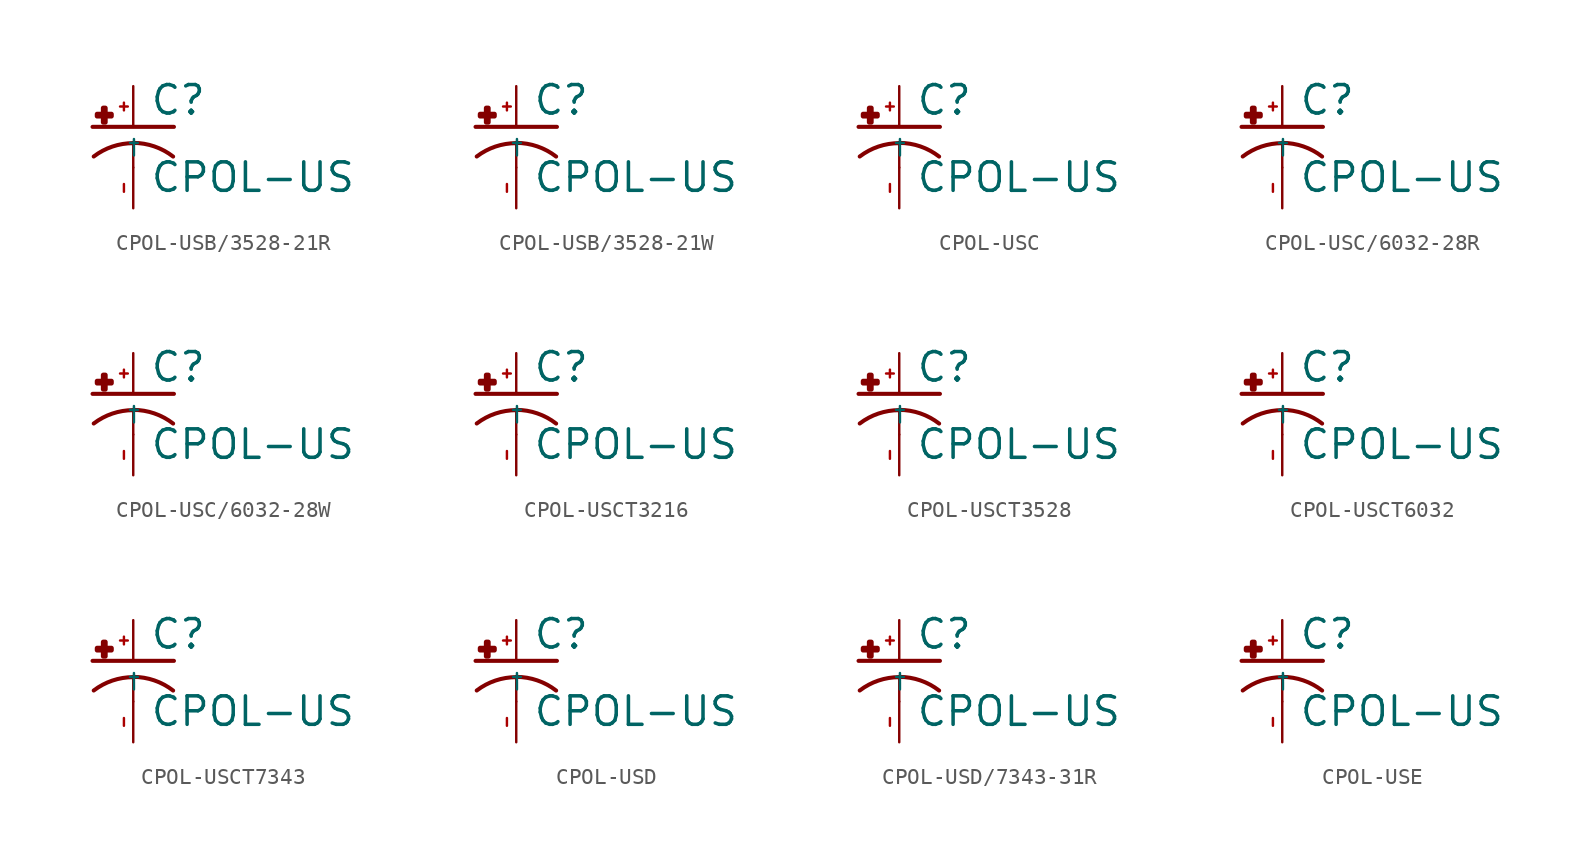
<source format=kicad_sym>
(kicad_symbol_lib
  (version 20220914)
  (generator Eagle2Kicad)
  (symbol "CPOL-USB/3528-21R"
    (property "Reference" "C"
      (at 1.016 0.635 0)
      (effects (font (size 1.778 1.778) (thickness 0.22)) (justify left bottom)))
    (property "Value" "CPOL-US"
      (at 1.016 -4.191 0)
      (effects (font (size 1.778 1.778) (thickness 0.22)) (justify left bottom)))
    (polyline
      (pts (xy -2.54 0) (xy 2.54 0))
      (stroke (width 0.254) (type default))
      (fill (type none)))
    (polyline
      (pts (xy 0 -1.016) (xy 0 -2.54))
      (stroke (width 0.152) (type default))
      (fill (type none)))
    (arc
      (start 2.4892 -1.8542)
      (mid 1.316 -1.220)
      (end 0 -1)
      (stroke (width 0.254) (type default))
      (fill (type none)))
    (arc
      (start 0 -1.0161)
      (mid -1.302 -1.230)
      (end -2.4669 -1.8504)
      (stroke (width 0.254) (type default))
      (fill (type none)))
    (rectangle
      (start -2.253 0.668)
      (end -1.364 0.795)
      (stroke (width 0.3) (type default))
      (fill (type outline)))
    (rectangle
      (start -1.872 0.287)
      (end -1.745 1.176)
      (stroke (width 0.3) (type default))
      (fill (type outline)))
    (pin passive line
      (at 0 2.54 270)
      (length 2.54)
      (name "+" (effects (font (size 0.635 0.635) (thickness 0.08)) (justify left bottom)))
      (number "+" (effects (font (size 0.635 0.635) (thickness 0.08)) (justify left bottom))))
    (pin passive line
      (at 0 -5.08 90)
      (length 2.54)
      (name "-" (effects (font (size 0.635 0.635) (thickness 0.08)) (justify left bottom)))
      (number "-" (effects (font (size 0.635 0.635) (thickness 0.08)) (justify left bottom)))))
  (symbol "CPOL-USB/3528-21W"
    (property "Reference" "C"
      (at 1.016 0.635 0)
      (effects (font (size 1.778 1.778) (thickness 0.22)) (justify left bottom)))
    (property "Value" "CPOL-US"
      (at 1.016 -4.191 0)
      (effects (font (size 1.778 1.778) (thickness 0.22)) (justify left bottom)))
    (polyline
      (pts (xy -2.54 0) (xy 2.54 0))
      (stroke (width 0.254) (type default))
      (fill (type none)))
    (polyline
      (pts (xy 0 -1.016) (xy 0 -2.54))
      (stroke (width 0.152) (type default))
      (fill (type none)))
    (arc
      (start 2.4892 -1.8542)
      (mid 1.316 -1.220)
      (end 0 -1)
      (stroke (width 0.254) (type default))
      (fill (type none)))
    (arc
      (start 0 -1.0161)
      (mid -1.302 -1.230)
      (end -2.4669 -1.8504)
      (stroke (width 0.254) (type default))
      (fill (type none)))
    (rectangle
      (start -2.253 0.668)
      (end -1.364 0.795)
      (stroke (width 0.3) (type default))
      (fill (type outline)))
    (rectangle
      (start -1.872 0.287)
      (end -1.745 1.176)
      (stroke (width 0.3) (type default))
      (fill (type outline)))
    (pin passive line
      (at 0 2.54 270)
      (length 2.54)
      (name "+" (effects (font (size 0.635 0.635) (thickness 0.08)) (justify left bottom)))
      (number "+" (effects (font (size 0.635 0.635) (thickness 0.08)) (justify left bottom))))
    (pin passive line
      (at 0 -5.08 90)
      (length 2.54)
      (name "-" (effects (font (size 0.635 0.635) (thickness 0.08)) (justify left bottom)))
      (number "-" (effects (font (size 0.635 0.635) (thickness 0.08)) (justify left bottom)))))
  (symbol "CPOL-USC"
    (property "Reference" "C"
      (at 1.016 0.635 0)
      (effects (font (size 1.778 1.778) (thickness 0.22)) (justify left bottom)))
    (property "Value" "CPOL-US"
      (at 1.016 -4.191 0)
      (effects (font (size 1.778 1.778) (thickness 0.22)) (justify left bottom)))
    (polyline
      (pts (xy -2.54 0) (xy 2.54 0))
      (stroke (width 0.254) (type default))
      (fill (type none)))
    (polyline
      (pts (xy 0 -1.016) (xy 0 -2.54))
      (stroke (width 0.152) (type default))
      (fill (type none)))
    (arc
      (start 2.4892 -1.8542)
      (mid 1.316 -1.220)
      (end 0 -1)
      (stroke (width 0.254) (type default))
      (fill (type none)))
    (arc
      (start 0 -1.0161)
      (mid -1.302 -1.230)
      (end -2.4669 -1.8504)
      (stroke (width 0.254) (type default))
      (fill (type none)))
    (rectangle
      (start -2.253 0.668)
      (end -1.364 0.795)
      (stroke (width 0.3) (type default))
      (fill (type outline)))
    (rectangle
      (start -1.872 0.287)
      (end -1.745 1.176)
      (stroke (width 0.3) (type default))
      (fill (type outline)))
    (pin passive line
      (at 0 2.54 270)
      (length 2.54)
      (name "+" (effects (font (size 0.635 0.635) (thickness 0.08)) (justify left bottom)))
      (number "+" (effects (font (size 0.635 0.635) (thickness 0.08)) (justify left bottom))))
    (pin passive line
      (at 0 -5.08 90)
      (length 2.54)
      (name "-" (effects (font (size 0.635 0.635) (thickness 0.08)) (justify left bottom)))
      (number "-" (effects (font (size 0.635 0.635) (thickness 0.08)) (justify left bottom)))))
  (symbol "CPOL-USC/6032-28R"
    (property "Reference" "C"
      (at 1.016 0.635 0)
      (effects (font (size 1.778 1.778) (thickness 0.22)) (justify left bottom)))
    (property "Value" "CPOL-US"
      (at 1.016 -4.191 0)
      (effects (font (size 1.778 1.778) (thickness 0.22)) (justify left bottom)))
    (polyline
      (pts (xy -2.54 0) (xy 2.54 0))
      (stroke (width 0.254) (type default))
      (fill (type none)))
    (polyline
      (pts (xy 0 -1.016) (xy 0 -2.54))
      (stroke (width 0.152) (type default))
      (fill (type none)))
    (arc
      (start 2.4892 -1.8542)
      (mid 1.316 -1.220)
      (end 0 -1)
      (stroke (width 0.254) (type default))
      (fill (type none)))
    (arc
      (start 0 -1.0161)
      (mid -1.302 -1.230)
      (end -2.4669 -1.8504)
      (stroke (width 0.254) (type default))
      (fill (type none)))
    (rectangle
      (start -2.253 0.668)
      (end -1.364 0.795)
      (stroke (width 0.3) (type default))
      (fill (type outline)))
    (rectangle
      (start -1.872 0.287)
      (end -1.745 1.176)
      (stroke (width 0.3) (type default))
      (fill (type outline)))
    (pin passive line
      (at 0 2.54 270)
      (length 2.54)
      (name "+" (effects (font (size 0.635 0.635) (thickness 0.08)) (justify left bottom)))
      (number "+" (effects (font (size 0.635 0.635) (thickness 0.08)) (justify left bottom))))
    (pin passive line
      (at 0 -5.08 90)
      (length 2.54)
      (name "-" (effects (font (size 0.635 0.635) (thickness 0.08)) (justify left bottom)))
      (number "-" (effects (font (size 0.635 0.635) (thickness 0.08)) (justify left bottom)))))
  (symbol "CPOL-USC/6032-28W"
    (property "Reference" "C"
      (at 1.016 0.635 0)
      (effects (font (size 1.778 1.778) (thickness 0.22)) (justify left bottom)))
    (property "Value" "CPOL-US"
      (at 1.016 -4.191 0)
      (effects (font (size 1.778 1.778) (thickness 0.22)) (justify left bottom)))
    (polyline
      (pts (xy -2.54 0) (xy 2.54 0))
      (stroke (width 0.254) (type default))
      (fill (type none)))
    (polyline
      (pts (xy 0 -1.016) (xy 0 -2.54))
      (stroke (width 0.152) (type default))
      (fill (type none)))
    (arc
      (start 2.4892 -1.8542)
      (mid 1.316 -1.220)
      (end 0 -1)
      (stroke (width 0.254) (type default))
      (fill (type none)))
    (arc
      (start 0 -1.0161)
      (mid -1.302 -1.230)
      (end -2.4669 -1.8504)
      (stroke (width 0.254) (type default))
      (fill (type none)))
    (rectangle
      (start -2.253 0.668)
      (end -1.364 0.795)
      (stroke (width 0.3) (type default))
      (fill (type outline)))
    (rectangle
      (start -1.872 0.287)
      (end -1.745 1.176)
      (stroke (width 0.3) (type default))
      (fill (type outline)))
    (pin passive line
      (at 0 2.54 270)
      (length 2.54)
      (name "+" (effects (font (size 0.635 0.635) (thickness 0.08)) (justify left bottom)))
      (number "+" (effects (font (size 0.635 0.635) (thickness 0.08)) (justify left bottom))))
    (pin passive line
      (at 0 -5.08 90)
      (length 2.54)
      (name "-" (effects (font (size 0.635 0.635) (thickness 0.08)) (justify left bottom)))
      (number "-" (effects (font (size 0.635 0.635) (thickness 0.08)) (justify left bottom)))))
  (symbol "CPOL-USCT3216"
    (property "Reference" "C"
      (at 1.016 0.635 0)
      (effects (font (size 1.778 1.778) (thickness 0.22)) (justify left bottom)))
    (property "Value" "CPOL-US"
      (at 1.016 -4.191 0)
      (effects (font (size 1.778 1.778) (thickness 0.22)) (justify left bottom)))
    (polyline
      (pts (xy -2.54 0) (xy 2.54 0))
      (stroke (width 0.254) (type default))
      (fill (type none)))
    (polyline
      (pts (xy 0 -1.016) (xy 0 -2.54))
      (stroke (width 0.152) (type default))
      (fill (type none)))
    (arc
      (start 2.4892 -1.8542)
      (mid 1.316 -1.220)
      (end 0 -1)
      (stroke (width 0.254) (type default))
      (fill (type none)))
    (arc
      (start 0 -1.0161)
      (mid -1.302 -1.230)
      (end -2.4669 -1.8504)
      (stroke (width 0.254) (type default))
      (fill (type none)))
    (rectangle
      (start -2.253 0.668)
      (end -1.364 0.795)
      (stroke (width 0.3) (type default))
      (fill (type outline)))
    (rectangle
      (start -1.872 0.287)
      (end -1.745 1.176)
      (stroke (width 0.3) (type default))
      (fill (type outline)))
    (pin passive line
      (at 0 2.54 270)
      (length 2.54)
      (name "+" (effects (font (size 0.635 0.635) (thickness 0.08)) (justify left bottom)))
      (number "+" (effects (font (size 0.635 0.635) (thickness 0.08)) (justify left bottom))))
    (pin passive line
      (at 0 -5.08 90)
      (length 2.54)
      (name "-" (effects (font (size 0.635 0.635) (thickness 0.08)) (justify left bottom)))
      (number "-" (effects (font (size 0.635 0.635) (thickness 0.08)) (justify left bottom)))))
  (symbol "CPOL-USCT3528"
    (property "Reference" "C"
      (at 1.016 0.635 0)
      (effects (font (size 1.778 1.778) (thickness 0.22)) (justify left bottom)))
    (property "Value" "CPOL-US"
      (at 1.016 -4.191 0)
      (effects (font (size 1.778 1.778) (thickness 0.22)) (justify left bottom)))
    (polyline
      (pts (xy -2.54 0) (xy 2.54 0))
      (stroke (width 0.254) (type default))
      (fill (type none)))
    (polyline
      (pts (xy 0 -1.016) (xy 0 -2.54))
      (stroke (width 0.152) (type default))
      (fill (type none)))
    (arc
      (start 2.4892 -1.8542)
      (mid 1.316 -1.220)
      (end 0 -1)
      (stroke (width 0.254) (type default))
      (fill (type none)))
    (arc
      (start 0 -1.0161)
      (mid -1.302 -1.230)
      (end -2.4669 -1.8504)
      (stroke (width 0.254) (type default))
      (fill (type none)))
    (rectangle
      (start -2.253 0.668)
      (end -1.364 0.795)
      (stroke (width 0.3) (type default))
      (fill (type outline)))
    (rectangle
      (start -1.872 0.287)
      (end -1.745 1.176)
      (stroke (width 0.3) (type default))
      (fill (type outline)))
    (pin passive line
      (at 0 2.54 270)
      (length 2.54)
      (name "+" (effects (font (size 0.635 0.635) (thickness 0.08)) (justify left bottom)))
      (number "+" (effects (font (size 0.635 0.635) (thickness 0.08)) (justify left bottom))))
    (pin passive line
      (at 0 -5.08 90)
      (length 2.54)
      (name "-" (effects (font (size 0.635 0.635) (thickness 0.08)) (justify left bottom)))
      (number "-" (effects (font (size 0.635 0.635) (thickness 0.08)) (justify left bottom)))))
  (symbol "CPOL-USCT6032"
    (property "Reference" "C"
      (at 1.016 0.635 0)
      (effects (font (size 1.778 1.778) (thickness 0.22)) (justify left bottom)))
    (property "Value" "CPOL-US"
      (at 1.016 -4.191 0)
      (effects (font (size 1.778 1.778) (thickness 0.22)) (justify left bottom)))
    (polyline
      (pts (xy -2.54 0) (xy 2.54 0))
      (stroke (width 0.254) (type default))
      (fill (type none)))
    (polyline
      (pts (xy 0 -1.016) (xy 0 -2.54))
      (stroke (width 0.152) (type default))
      (fill (type none)))
    (arc
      (start 2.4892 -1.8542)
      (mid 1.316 -1.220)
      (end 0 -1)
      (stroke (width 0.254) (type default))
      (fill (type none)))
    (arc
      (start 0 -1.0161)
      (mid -1.302 -1.230)
      (end -2.4669 -1.8504)
      (stroke (width 0.254) (type default))
      (fill (type none)))
    (rectangle
      (start -2.253 0.668)
      (end -1.364 0.795)
      (stroke (width 0.3) (type default))
      (fill (type outline)))
    (rectangle
      (start -1.872 0.287)
      (end -1.745 1.176)
      (stroke (width 0.3) (type default))
      (fill (type outline)))
    (pin passive line
      (at 0 2.54 270)
      (length 2.54)
      (name "+" (effects (font (size 0.635 0.635) (thickness 0.08)) (justify left bottom)))
      (number "+" (effects (font (size 0.635 0.635) (thickness 0.08)) (justify left bottom))))
    (pin passive line
      (at 0 -5.08 90)
      (length 2.54)
      (name "-" (effects (font (size 0.635 0.635) (thickness 0.08)) (justify left bottom)))
      (number "-" (effects (font (size 0.635 0.635) (thickness 0.08)) (justify left bottom)))))
  (symbol "CPOL-USCT7343"
    (property "Reference" "C"
      (at 1.016 0.635 0)
      (effects (font (size 1.778 1.778) (thickness 0.22)) (justify left bottom)))
    (property "Value" "CPOL-US"
      (at 1.016 -4.191 0)
      (effects (font (size 1.778 1.778) (thickness 0.22)) (justify left bottom)))
    (polyline
      (pts (xy -2.54 0) (xy 2.54 0))
      (stroke (width 0.254) (type default))
      (fill (type none)))
    (polyline
      (pts (xy 0 -1.016) (xy 0 -2.54))
      (stroke (width 0.152) (type default))
      (fill (type none)))
    (arc
      (start 2.4892 -1.8542)
      (mid 1.316 -1.220)
      (end 0 -1)
      (stroke (width 0.254) (type default))
      (fill (type none)))
    (arc
      (start 0 -1.0161)
      (mid -1.302 -1.230)
      (end -2.4669 -1.8504)
      (stroke (width 0.254) (type default))
      (fill (type none)))
    (rectangle
      (start -2.253 0.668)
      (end -1.364 0.795)
      (stroke (width 0.3) (type default))
      (fill (type outline)))
    (rectangle
      (start -1.872 0.287)
      (end -1.745 1.176)
      (stroke (width 0.3) (type default))
      (fill (type outline)))
    (pin passive line
      (at 0 2.54 270)
      (length 2.54)
      (name "+" (effects (font (size 0.635 0.635) (thickness 0.08)) (justify left bottom)))
      (number "+" (effects (font (size 0.635 0.635) (thickness 0.08)) (justify left bottom))))
    (pin passive line
      (at 0 -5.08 90)
      (length 2.54)
      (name "-" (effects (font (size 0.635 0.635) (thickness 0.08)) (justify left bottom)))
      (number "-" (effects (font (size 0.635 0.635) (thickness 0.08)) (justify left bottom)))))
  (symbol "CPOL-USD"
    (property "Reference" "C"
      (at 1.016 0.635 0)
      (effects (font (size 1.778 1.778) (thickness 0.22)) (justify left bottom)))
    (property "Value" "CPOL-US"
      (at 1.016 -4.191 0)
      (effects (font (size 1.778 1.778) (thickness 0.22)) (justify left bottom)))
    (polyline
      (pts (xy -2.54 0) (xy 2.54 0))
      (stroke (width 0.254) (type default))
      (fill (type none)))
    (polyline
      (pts (xy 0 -1.016) (xy 0 -2.54))
      (stroke (width 0.152) (type default))
      (fill (type none)))
    (arc
      (start 2.4892 -1.8542)
      (mid 1.316 -1.220)
      (end 0 -1)
      (stroke (width 0.254) (type default))
      (fill (type none)))
    (arc
      (start 0 -1.0161)
      (mid -1.302 -1.230)
      (end -2.4669 -1.8504)
      (stroke (width 0.254) (type default))
      (fill (type none)))
    (rectangle
      (start -2.253 0.668)
      (end -1.364 0.795)
      (stroke (width 0.3) (type default))
      (fill (type outline)))
    (rectangle
      (start -1.872 0.287)
      (end -1.745 1.176)
      (stroke (width 0.3) (type default))
      (fill (type outline)))
    (pin passive line
      (at 0 2.54 270)
      (length 2.54)
      (name "+" (effects (font (size 0.635 0.635) (thickness 0.08)) (justify left bottom)))
      (number "+" (effects (font (size 0.635 0.635) (thickness 0.08)) (justify left bottom))))
    (pin passive line
      (at 0 -5.08 90)
      (length 2.54)
      (name "-" (effects (font (size 0.635 0.635) (thickness 0.08)) (justify left bottom)))
      (number "-" (effects (font (size 0.635 0.635) (thickness 0.08)) (justify left bottom)))))
  (symbol "CPOL-USD/7343-31R"
    (property "Reference" "C"
      (at 1.016 0.635 0)
      (effects (font (size 1.778 1.778) (thickness 0.22)) (justify left bottom)))
    (property "Value" "CPOL-US"
      (at 1.016 -4.191 0)
      (effects (font (size 1.778 1.778) (thickness 0.22)) (justify left bottom)))
    (polyline
      (pts (xy -2.54 0) (xy 2.54 0))
      (stroke (width 0.254) (type default))
      (fill (type none)))
    (polyline
      (pts (xy 0 -1.016) (xy 0 -2.54))
      (stroke (width 0.152) (type default))
      (fill (type none)))
    (arc
      (start 2.4892 -1.8542)
      (mid 1.316 -1.220)
      (end 0 -1)
      (stroke (width 0.254) (type default))
      (fill (type none)))
    (arc
      (start 0 -1.0161)
      (mid -1.302 -1.230)
      (end -2.4669 -1.8504)
      (stroke (width 0.254) (type default))
      (fill (type none)))
    (rectangle
      (start -2.253 0.668)
      (end -1.364 0.795)
      (stroke (width 0.3) (type default))
      (fill (type outline)))
    (rectangle
      (start -1.872 0.287)
      (end -1.745 1.176)
      (stroke (width 0.3) (type default))
      (fill (type outline)))
    (pin passive line
      (at 0 2.54 270)
      (length 2.54)
      (name "+" (effects (font (size 0.635 0.635) (thickness 0.08)) (justify left bottom)))
      (number "+" (effects (font (size 0.635 0.635) (thickness 0.08)) (justify left bottom))))
    (pin passive line
      (at 0 -5.08 90)
      (length 2.54)
      (name "-" (effects (font (size 0.635 0.635) (thickness 0.08)) (justify left bottom)))
      (number "-" (effects (font (size 0.635 0.635) (thickness 0.08)) (justify left bottom)))))
  (symbol "CPOL-USE"
    (property "Reference" "C"
      (at 1.016 0.635 0)
      (effects (font (size 1.778 1.778) (thickness 0.22)) (justify left bottom)))
    (property "Value" "CPOL-US"
      (at 1.016 -4.191 0)
      (effects (font (size 1.778 1.778) (thickness 0.22)) (justify left bottom)))
    (polyline
      (pts (xy -2.54 0) (xy 2.54 0))
      (stroke (width 0.254) (type default))
      (fill (type none)))
    (polyline
      (pts (xy 0 -1.016) (xy 0 -2.54))
      (stroke (width 0.152) (type default))
      (fill (type none)))
    (arc
      (start 2.4892 -1.8542)
      (mid 1.316 -1.220)
      (end 0 -1)
      (stroke (width 0.254) (type default))
      (fill (type none)))
    (arc
      (start 0 -1.0161)
      (mid -1.302 -1.230)
      (end -2.4669 -1.8504)
      (stroke (width 0.254) (type default))
      (fill (type none)))
    (rectangle
      (start -2.253 0.668)
      (end -1.364 0.795)
      (stroke (width 0.3) (type default))
      (fill (type outline)))
    (rectangle
      (start -1.872 0.287)
      (end -1.745 1.176)
      (stroke (width 0.3) (type default))
      (fill (type outline)))
    (pin passive line
      (at 0 2.54 270)
      (length 2.54)
      (name "+" (effects (font (size 0.635 0.635) (thickness 0.08)) (justify left bottom)))
      (number "+" (effects (font (size 0.635 0.635) (thickness 0.08)) (justify left bottom))))
    (pin passive line
      (at 0 -5.08 90)
      (length 2.54)
      (name "-" (effects (font (size 0.635 0.635) (thickness 0.08)) (justify left bottom)))
      (number "-" (effects (font (size 0.635 0.635) (thickness 0.08)) (justify left bottom))))))
</source>
